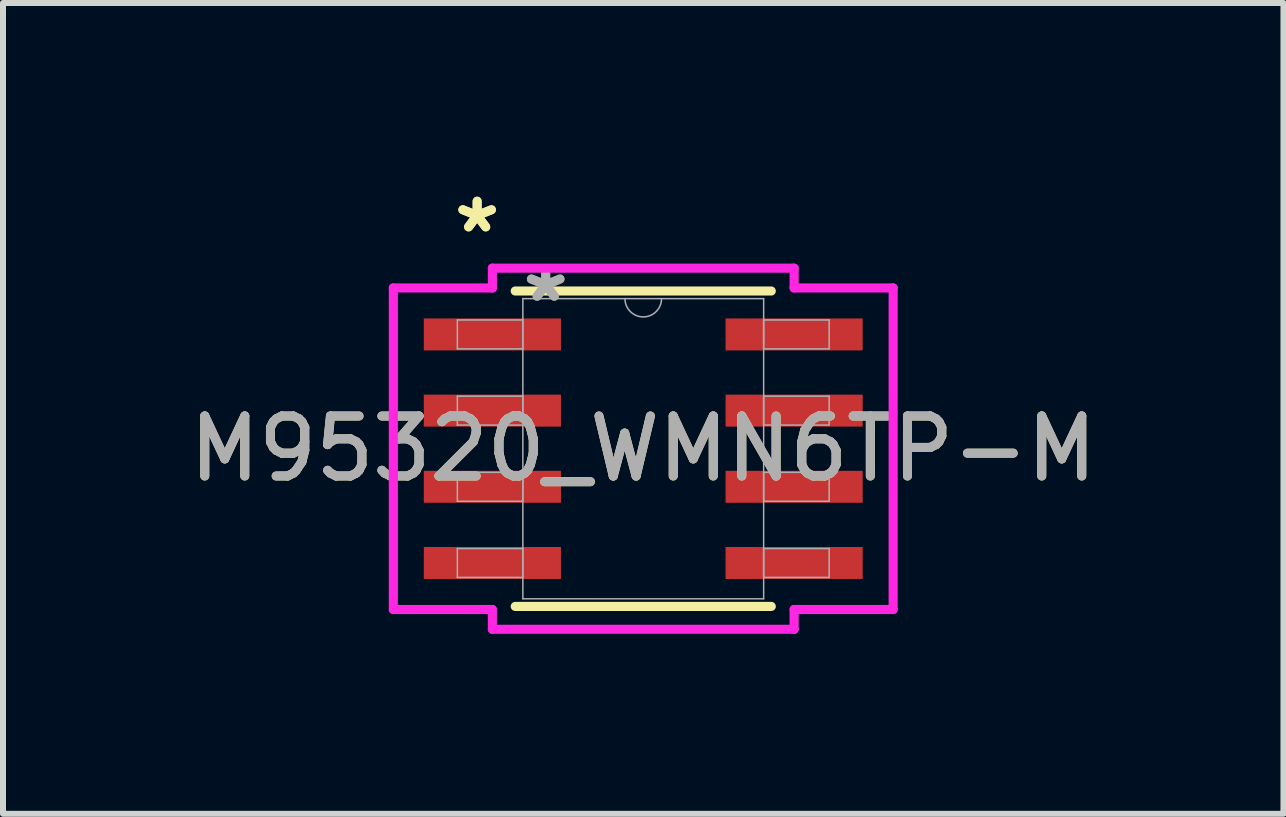
<source format=kicad_pcb>
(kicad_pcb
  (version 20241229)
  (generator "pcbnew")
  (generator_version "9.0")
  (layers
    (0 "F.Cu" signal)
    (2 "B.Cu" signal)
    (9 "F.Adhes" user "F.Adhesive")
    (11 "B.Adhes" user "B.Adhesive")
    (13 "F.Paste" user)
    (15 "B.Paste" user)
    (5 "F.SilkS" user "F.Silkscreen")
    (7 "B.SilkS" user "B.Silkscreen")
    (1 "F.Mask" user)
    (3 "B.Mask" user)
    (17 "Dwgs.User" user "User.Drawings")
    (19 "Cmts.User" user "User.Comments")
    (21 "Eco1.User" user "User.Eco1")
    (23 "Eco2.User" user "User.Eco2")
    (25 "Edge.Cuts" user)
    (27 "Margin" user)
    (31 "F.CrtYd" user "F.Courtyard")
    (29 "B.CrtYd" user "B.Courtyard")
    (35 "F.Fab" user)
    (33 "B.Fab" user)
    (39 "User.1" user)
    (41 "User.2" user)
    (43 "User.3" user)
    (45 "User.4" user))
  (footprint "M95320_WMN6TP-M"
    (layer "F.Cu")
    (at 7.673 4.43)
    (property "Reference" "M95320_WMN6TP-M" (at 0 0 0) (unlocked yes) (layer "F.SilkS") (effects (font (size 1 1) (thickness 0.15))))
    (attr smd)
    (fp_line (start -2.134 2.629) (end 2.134 2.629) (stroke (width 0.152) (type solid)) (layer "F.SilkS"))
    (fp_line (start 2.134 -2.629) (end -2.134 -2.629) (stroke (width 0.152) (type solid)) (layer "F.SilkS"))
    (fp_line (start -4.166 -2.68) (end -2.515 -2.68) (stroke (width 0.152) (type solid)) (layer "F.CrtYd"))
    (fp_line (start -4.166 2.68) (end -4.166 -2.68) (stroke (width 0.152) (type solid)) (layer "F.CrtYd"))
    (fp_line (start -4.166 2.68) (end -2.515 2.68) (stroke (width 0.152) (type solid)) (layer "F.CrtYd"))
    (fp_line (start -2.515 -3.01) (end 2.515 -3.01) (stroke (width 0.152) (type solid)) (layer "F.CrtYd"))
    (fp_line (start -2.515 -2.68) (end -2.515 -3.01) (stroke (width 0.152) (type solid)) (layer "F.CrtYd"))
    (fp_line (start -2.515 3.01) (end -2.515 2.68) (stroke (width 0.152) (type solid)) (layer "F.CrtYd"))
    (fp_line (start 2.515 -3.01) (end 2.515 -2.68) (stroke (width 0.152) (type solid)) (layer "F.CrtYd"))
    (fp_line (start 2.515 2.68) (end 2.515 3.01) (stroke (width 0.152) (type solid)) (layer "F.CrtYd"))
    (fp_line (start 2.515 3.01) (end -2.515 3.01) (stroke (width 0.152) (type solid)) (layer "F.CrtYd"))
    (fp_line (start 4.166 -2.68) (end 2.515 -2.68) (stroke (width 0.152) (type solid)) (layer "F.CrtYd"))
    (fp_line (start 4.166 -2.68) (end 4.166 2.68) (stroke (width 0.152) (type solid)) (layer "F.CrtYd"))
    (fp_line (start 4.166 2.68) (end 2.515 2.68) (stroke (width 0.152) (type solid)) (layer "F.CrtYd"))
    (fp_line (start -3.099 -2.146) (end -3.099 -1.664) (stroke (width 0.025) (type solid)) (layer "F.Fab"))
    (fp_line (start -3.099 -1.664) (end -2.007 -1.664) (stroke (width 0.025) (type solid)) (layer "F.Fab"))
    (fp_line (start -3.099 -0.876) (end -3.099 -0.394) (stroke (width 0.025) (type solid)) (layer "F.Fab"))
    (fp_line (start -3.099 -0.394) (end -2.007 -0.394) (stroke (width 0.025) (type solid)) (layer "F.Fab"))
    (fp_line (start -3.099 0.394) (end -3.099 0.876) (stroke (width 0.025) (type solid)) (layer "F.Fab"))
    (fp_line (start -3.099 0.876) (end -2.007 0.876) (stroke (width 0.025) (type solid)) (layer "F.Fab"))
    (fp_line (start -3.099 1.664) (end -3.099 2.146) (stroke (width 0.025) (type solid)) (layer "F.Fab"))
    (fp_line (start -3.099 2.146) (end -2.007 2.146) (stroke (width 0.025) (type solid)) (layer "F.Fab"))
    (fp_line (start -2.007 -2.502) (end -2.007 2.502) (stroke (width 0.025) (type solid)) (layer "F.Fab"))
    (fp_line (start -2.007 -2.146) (end -3.099 -2.146) (stroke (width 0.025) (type solid)) (layer "F.Fab"))
    (fp_line (start -2.007 -1.664) (end -2.007 -2.146) (stroke (width 0.025) (type solid)) (layer "F.Fab"))
    (fp_line (start -2.007 -0.876) (end -3.099 -0.876) (stroke (width 0.025) (type solid)) (layer "F.Fab"))
    (fp_line (start -2.007 -0.394) (end -2.007 -0.876) (stroke (width 0.025) (type solid)) (layer "F.Fab"))
    (fp_line (start -2.007 0.394) (end -3.099 0.394) (stroke (width 0.025) (type solid)) (layer "F.Fab"))
    (fp_line (start -2.007 0.876) (end -2.007 0.394) (stroke (width 0.025) (type solid)) (layer "F.Fab"))
    (fp_line (start -2.007 1.664) (end -3.099 1.664) (stroke (width 0.025) (type solid)) (layer "F.Fab"))
    (fp_line (start -2.007 2.146) (end -2.007 1.664) (stroke (width 0.025) (type solid)) (layer "F.Fab"))
    (fp_line (start -2.007 2.502) (end 2.007 2.502) (stroke (width 0.025) (type solid)) (layer "F.Fab"))
    (fp_line (start 2.007 -2.502) (end -2.007 -2.502) (stroke (width 0.025) (type solid)) (layer "F.Fab"))
    (fp_line (start 2.007 -2.146) (end 2.007 -1.664) (stroke (width 0.025) (type solid)) (layer "F.Fab"))
    (fp_line (start 2.007 -1.664) (end 3.099 -1.664) (stroke (width 0.025) (type solid)) (layer "F.Fab"))
    (fp_line (start 2.007 -0.876) (end 2.007 -0.394) (stroke (width 0.025) (type solid)) (layer "F.Fab"))
    (fp_line (start 2.007 -0.394) (end 3.099 -0.394) (stroke (width 0.025) (type solid)) (layer "F.Fab"))
    (fp_line (start 2.007 0.394) (end 2.007 0.876) (stroke (width 0.025) (type solid)) (layer "F.Fab"))
    (fp_line (start 2.007 0.876) (end 3.099 0.876) (stroke (width 0.025) (type solid)) (layer "F.Fab"))
    (fp_line (start 2.007 1.664) (end 2.007 2.146) (stroke (width 0.025) (type solid)) (layer "F.Fab"))
    (fp_line (start 2.007 2.146) (end 3.099 2.146) (stroke (width 0.025) (type solid)) (layer "F.Fab"))
    (fp_line (start 2.007 2.502) (end 2.007 -2.502) (stroke (width 0.025) (type solid)) (layer "F.Fab"))
    (fp_line (start 3.099 -2.146) (end 2.007 -2.146) (stroke (width 0.025) (type solid)) (layer "F.Fab"))
    (fp_line (start 3.099 -1.664) (end 3.099 -2.146) (stroke (width 0.025) (type solid)) (layer "F.Fab"))
    (fp_line (start 3.099 -0.876) (end 2.007 -0.876) (stroke (width 0.025) (type solid)) (layer "F.Fab"))
    (fp_line (start 3.099 -0.394) (end 3.099 -0.876) (stroke (width 0.025) (type solid)) (layer "F.Fab"))
    (fp_line (start 3.099 0.394) (end 2.007 0.394) (stroke (width 0.025) (type solid)) (layer "F.Fab"))
    (fp_line (start 3.099 0.876) (end 3.099 0.394) (stroke (width 0.025) (type solid)) (layer "F.Fab"))
    (fp_line (start 3.099 1.664) (end 2.007 1.664) (stroke (width 0.025) (type solid)) (layer "F.Fab"))
    (fp_line (start 3.099 2.146) (end 3.099 1.664) (stroke (width 0.025) (type solid)) (layer "F.Fab"))
    (fp_arc (start 0.3048 -2.5019) (mid 0 -2.1971) (end -0.3048 -2.5019) (stroke (width 0.0254) (type solid)) (layer "F.Fab"))
    (fp_text user "*" (at -2.769 -3.581 0) (layer "F.SilkS") (effects (font (size 1 1) (thickness 0.15))))
    (fp_text user "*" (at -2.769 -3.581 0) (unlocked yes) (layer "F.SilkS") (effects (font (size 1 1) (thickness 0.15))))
    (fp_text user "*" (at -1.626 -2.426 0) (unlocked yes) (layer "F.Fab") (effects (font (size 1 1) (thickness 0.15))))
    (fp_text user "*" (at -1.626 -2.426 0) (layer "F.Fab") (effects (font (size 1 1) (thickness 0.15))))
    (fp_text user "${REFERENCE}" (at 0 0 0) (unlocked yes) (layer "F.Fab") (effects (font (size 1 1) (thickness 0.15))))
    (pad "1" smd rect (at -2.515 -1.905) (size 2.286 0.533) (layers "F.Cu" "F.Mask" "F.Paste"))
    (pad "2" smd rect (at -2.515 -0.635) (size 2.286 0.533) (layers "F.Cu" "F.Mask" "F.Paste"))
    (pad "3" smd rect (at -2.515 0.635) (size 2.286 0.533) (layers "F.Cu" "F.Mask" "F.Paste"))
    (pad "4" smd rect (at -2.515 1.905) (size 2.286 0.533) (layers "F.Cu" "F.Mask" "F.Paste"))
    (pad "5" smd rect (at 2.515 1.905) (size 2.286 0.533) (layers "F.Cu" "F.Mask" "F.Paste"))
    (pad "6" smd rect (at 2.515 0.635) (size 2.286 0.533) (layers "F.Cu" "F.Mask" "F.Paste"))
    (pad "7" smd rect (at 2.515 -0.635) (size 2.286 0.533) (layers "F.Cu" "F.Mask" "F.Paste"))
    (pad "8" smd rect (at 2.515 -1.905) (size 2.286 0.533) (layers "F.Cu" "F.Mask" "F.Paste")))
  (gr_rect
    (start -3 -3)
    (end 18.345 10.516)
    (stroke (width 0.1) (type default))
    (fill no)
    (layer "Edge.Cuts")))
</source>
